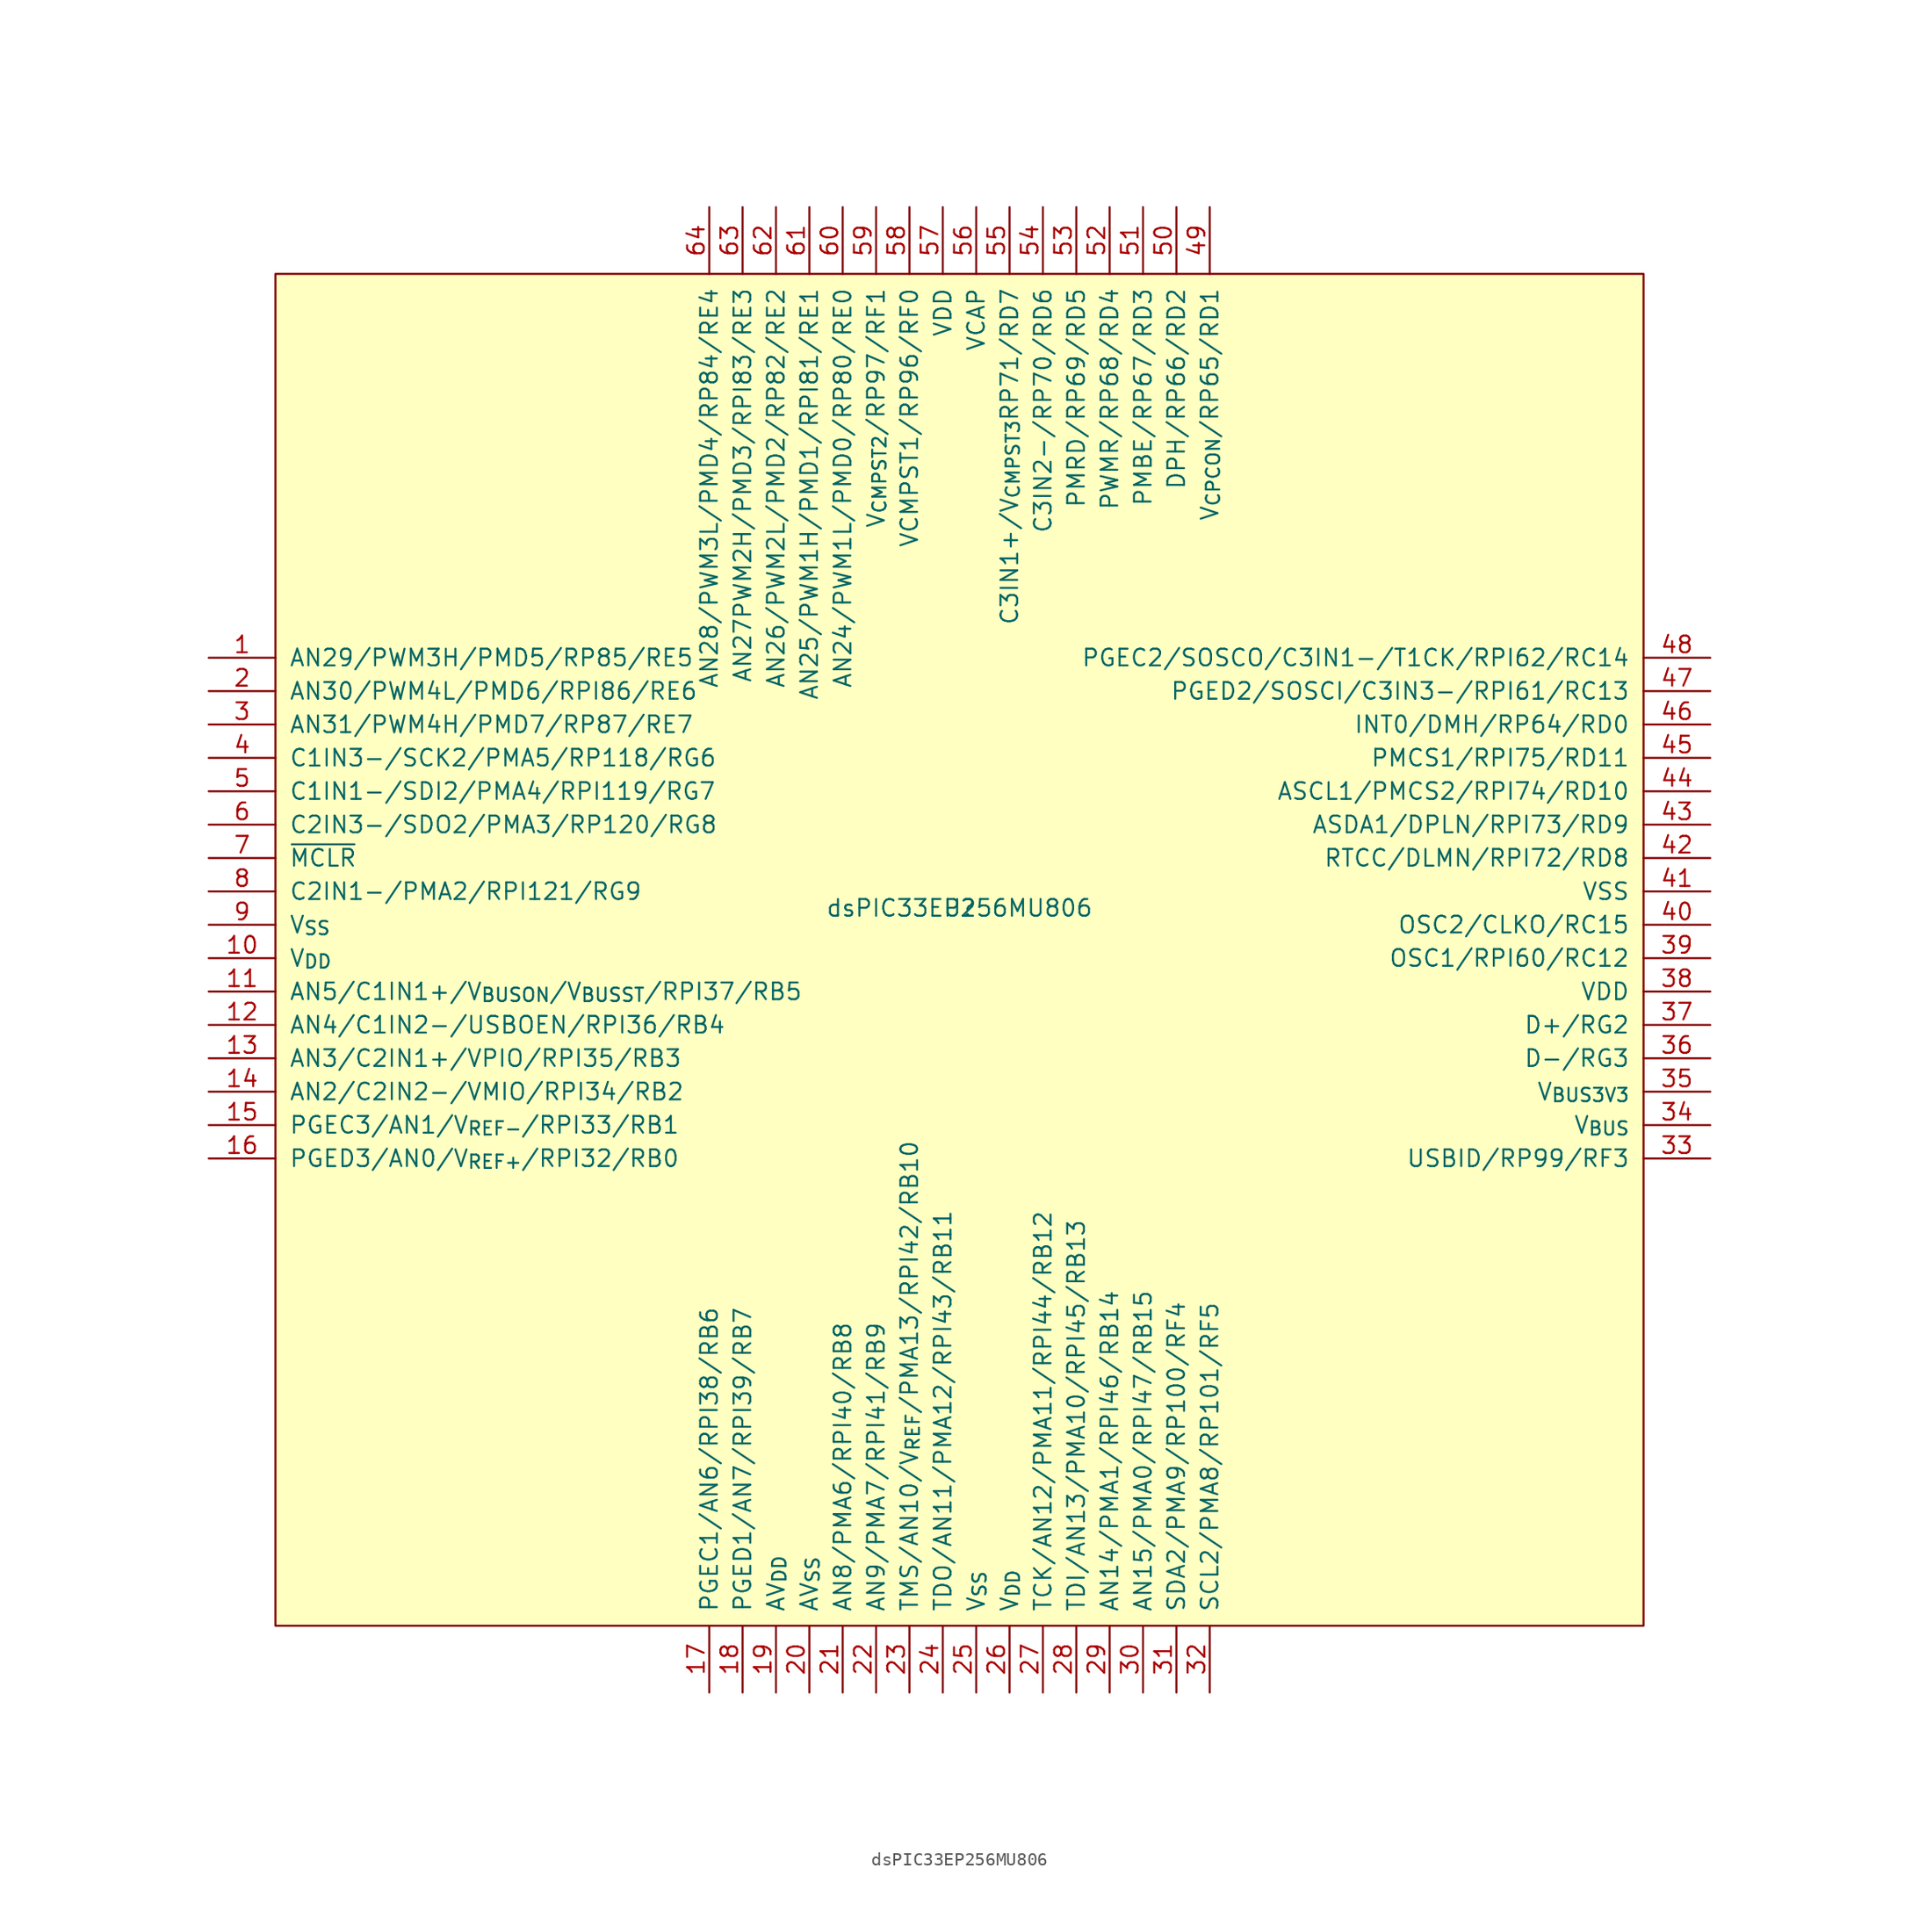
<source format=kicad_sym>
(kicad_symbol_lib
  (version 20211014)
  (generator kicad_symbol_editor)
  (symbol "dsPIC33EP256MU806"
    (pin_names
      (offset 1.016))
    (property "Reference" "U"
      (at 0 0 0)
      (effects (font (size 1.27 1.27))))
    (property "Value" "dsPIC33EP256MU806"
      (at 0 0 0)
      (effects (font (size 1.27 1.27))))
    (symbol "dsPIC33EP256MU806_0_1"
      (rectangle (start -52.07 48.26) (end 52.07 -54.61) (stroke (width 0) (type default) (color 0 0 0 0)) (fill (type background))))
    (symbol "dsPIC33EP256MU806_1_1"
      (pin bidirectional line (at -57.15 19.05 0) (length 5.08) (name "AN29/PWM3H/PMD5/RP85/RE5" (effects (font (size 1.27 1.27)))) (number "1" (effects (font (size 1.27 1.27)))))
      (pin power_in line (at -57.15 -3.81 0) (length 5.08) (name "V_{DD}" (effects (font (size 1.27 1.27)))) (number "10" (effects (font (size 1.27 1.27)))))
      (pin bidirectional line (at -57.15 -6.35 0) (length 5.08) (name "AN5/C1IN1+/V_{BUSON}/V_{BUSST}/RPI37/RB5" (effects (font (size 1.27 1.27)))) (number "11" (effects (font (size 1.27 1.27)))))
      (pin bidirectional line (at -57.15 -8.89 0) (length 5.08) (name "AN4/C1IN2-/USBOEN/RPI36/RB4" (effects (font (size 1.27 1.27)))) (number "12" (effects (font (size 1.27 1.27)))))
      (pin bidirectional line (at -57.15 -11.43 0) (length 5.08) (name "AN3/C2IN1+/VPIO/RPI35/RB3" (effects (font (size 1.27 1.27)))) (number "13" (effects (font (size 1.27 1.27)))))
      (pin bidirectional line (at -57.15 -13.97 0) (length 5.08) (name "AN2/C2IN2-/VMIO/RPI34/RB2" (effects (font (size 1.27 1.27)))) (number "14" (effects (font (size 1.27 1.27)))))
      (pin bidirectional line (at -57.15 -16.51 0) (length 5.08) (name "PGEC3/AN1/V_{REF-}/RPI33/RB1" (effects (font (size 1.27 1.27)))) (number "15" (effects (font (size 1.27 1.27)))))
      (pin bidirectional line (at -57.15 -19.05 0) (length 5.08) (name "PGED3/AN0/V_{REF+}/RPI32/RB0" (effects (font (size 1.27 1.27)))) (number "16" (effects (font (size 1.27 1.27)))))
      (pin bidirectional line (at -19.05 -59.69 90) (length 5.08) (name "PGEC1/AN6/RPI38/RB6" (effects (font (size 1.27 1.27)))) (number "17" (effects (font (size 1.27 1.27)))))
      (pin bidirectional line (at -16.51 -59.69 90) (length 5.08) (name "PGED1/AN7/RPI39/RB7" (effects (font (size 1.27 1.27)))) (number "18" (effects (font (size 1.27 1.27)))))
      (pin power_in line (at -13.97 -59.69 90) (length 5.08) (name "AV_{DD}" (effects (font (size 1.27 1.27)))) (number "19" (effects (font (size 1.27 1.27)))))
      (pin bidirectional line (at -57.15 16.51 0) (length 5.08) (name "AN30/PWM4L/PMD6/RPI86/RE6" (effects (font (size 1.27 1.27)))) (number "2" (effects (font (size 1.27 1.27)))))
      (pin power_in line (at -11.43 -59.69 90) (length 5.08) (name "AV_{SS}" (effects (font (size 1.27 1.27)))) (number "20" (effects (font (size 1.27 1.27)))))
      (pin bidirectional line (at -8.89 -59.69 90) (length 5.08) (name "AN8/PMA6/RPI40/RB8" (effects (font (size 1.27 1.27)))) (number "21" (effects (font (size 1.27 1.27)))))
      (pin bidirectional line (at -6.35 -59.69 90) (length 5.08) (name "AN9/PMA7/RPI41/RB9" (effects (font (size 1.27 1.27)))) (number "22" (effects (font (size 1.27 1.27)))))
      (pin bidirectional line (at -3.81 -59.69 90) (length 5.08) (name "TMS/AN10/V_{REF}/PMA13/RPI42/RB10" (effects (font (size 1.27 1.27)))) (number "23" (effects (font (size 1.27 1.27)))))
      (pin bidirectional line (at -1.27 -59.69 90) (length 5.08) (name "TDO/AN11/PMA12/RPI43/RB11" (effects (font (size 1.27 1.27)))) (number "24" (effects (font (size 1.27 1.27)))))
      (pin power_in line (at 1.27 -59.69 90) (length 5.08) (name "V_{SS}" (effects (font (size 1.27 1.27)))) (number "25" (effects (font (size 1.27 1.27)))))
      (pin power_in line (at 3.81 -59.69 90) (length 5.08) (name "V_{DD}" (effects (font (size 1.27 1.27)))) (number "26" (effects (font (size 1.27 1.27)))))
      (pin bidirectional line (at 6.35 -59.69 90) (length 5.08) (name "TCK/AN12/PMA11/RPI44/RB12" (effects (font (size 1.27 1.27)))) (number "27" (effects (font (size 1.27 1.27)))))
      (pin bidirectional line (at 8.89 -59.69 90) (length 5.08) (name "TDI/AN13/PMA10/RPI45/RB13" (effects (font (size 1.27 1.27)))) (number "28" (effects (font (size 1.27 1.27)))))
      (pin bidirectional line (at 11.43 -59.69 90) (length 5.08) (name "AN14/PMA1/RPI46/RB14" (effects (font (size 1.27 1.27)))) (number "29" (effects (font (size 1.27 1.27)))))
      (pin bidirectional line (at -57.15 13.97 0) (length 5.08) (name "AN31/PWM4H/PMD7/RP87/RE7" (effects (font (size 1.27 1.27)))) (number "3" (effects (font (size 1.27 1.27)))))
      (pin bidirectional line (at 13.97 -59.69 90) (length 5.08) (name "AN15/PMA0/RPI47/RB15" (effects (font (size 1.27 1.27)))) (number "30" (effects (font (size 1.27 1.27)))))
      (pin bidirectional line (at 16.51 -59.69 90) (length 5.08) (name "SDA2/PMA9/RP100/RF4" (effects (font (size 1.27 1.27)))) (number "31" (effects (font (size 1.27 1.27)))))
      (pin bidirectional line (at 19.05 -59.69 90) (length 5.08) (name "SCL2/PMA8/RP101/RF5" (effects (font (size 1.27 1.27)))) (number "32" (effects (font (size 1.27 1.27)))))
      (pin bidirectional line (at 57.15 -19.05 180) (length 5.08) (name "USBID/RP99/RF3" (effects (font (size 1.27 1.27)))) (number "33" (effects (font (size 1.27 1.27)))))
      (pin power_in line (at 57.15 -16.51 180) (length 5.08) (name "V_{BUS}" (effects (font (size 1.27 1.27)))) (number "34" (effects (font (size 1.27 1.27)))))
      (pin power_in line (at 57.15 -13.97 180) (length 5.08) (name "V_{BUS3V3}" (effects (font (size 1.27 1.27)))) (number "35" (effects (font (size 1.27 1.27)))))
      (pin bidirectional line (at 57.15 -11.43 180) (length 5.08) (name "D-/RG3" (effects (font (size 1.27 1.27)))) (number "36" (effects (font (size 1.27 1.27)))))
      (pin bidirectional line (at 57.15 -8.89 180) (length 5.08) (name "D+/RG2" (effects (font (size 1.27 1.27)))) (number "37" (effects (font (size 1.27 1.27)))))
      (pin power_in line (at 57.15 -6.35 180) (length 5.08) (name "VDD" (effects (font (size 1.27 1.27)))) (number "38" (effects (font (size 1.27 1.27)))))
      (pin bidirectional line (at 57.15 -3.81 180) (length 5.08) (name "OSC1/RPI60/RC12" (effects (font (size 1.27 1.27)))) (number "39" (effects (font (size 1.27 1.27)))))
      (pin bidirectional line (at -57.15 11.43 0) (length 5.08) (name "C1IN3-/SCK2/PMA5/RP118/RG6" (effects (font (size 1.27 1.27)))) (number "4" (effects (font (size 1.27 1.27)))))
      (pin bidirectional line (at 57.15 -1.27 180) (length 5.08) (name "OSC2/CLKO/RC15" (effects (font (size 1.27 1.27)))) (number "40" (effects (font (size 1.27 1.27)))))
      (pin power_in line (at 57.15 1.27 180) (length 5.08) (name "VSS" (effects (font (size 1.27 1.27)))) (number "41" (effects (font (size 1.27 1.27)))))
      (pin bidirectional line (at 57.15 3.81 180) (length 5.08) (name "RTCC/DLMN/RPI72/RD8" (effects (font (size 1.27 1.27)))) (number "42" (effects (font (size 1.27 1.27)))))
      (pin bidirectional line (at 57.15 6.35 180) (length 5.08) (name "ASDA1/DPLN/RPI73/RD9" (effects (font (size 1.27 1.27)))) (number "43" (effects (font (size 1.27 1.27)))))
      (pin bidirectional line (at 57.15 8.89 180) (length 5.08) (name "ASCL1/PMCS2/RPI74/RD10" (effects (font (size 1.27 1.27)))) (number "44" (effects (font (size 1.27 1.27)))))
      (pin bidirectional line (at 57.15 11.43 180) (length 5.08) (name "PMCS1/RPI75/RD11" (effects (font (size 1.27 1.27)))) (number "45" (effects (font (size 1.27 1.27)))))
      (pin bidirectional line (at 57.15 13.97 180) (length 5.08) (name "INT0/DMH/RP64/RD0" (effects (font (size 1.27 1.27)))) (number "46" (effects (font (size 1.27 1.27)))))
      (pin bidirectional line (at 57.15 16.51 180) (length 5.08) (name "PGED2/SOSCI/C3IN3-/RPI61/RC13" (effects (font (size 1.27 1.27)))) (number "47" (effects (font (size 1.27 1.27)))))
      (pin bidirectional line (at 57.15 19.05 180) (length 5.08) (name "PGEC2/SOSCO/C3IN1-/T1CK/RPI62/RC14" (effects (font (size 1.27 1.27)))) (number "48" (effects (font (size 1.27 1.27)))))
      (pin bidirectional line (at 19.05 53.34 270) (length 5.08) (name "V_{CPCON}/RP65/RD1" (effects (font (size 1.27 1.27)))) (number "49" (effects (font (size 1.27 1.27)))))
      (pin bidirectional line (at -57.15 8.89 0) (length 5.08) (name "C1IN1-/SDI2/PMA4/RPI119/RG7" (effects (font (size 1.27 1.27)))) (number "5" (effects (font (size 1.27 1.27)))))
      (pin bidirectional line (at 16.51 53.34 270) (length 5.08) (name "DPH/RP66/RD2" (effects (font (size 1.27 1.27)))) (number "50" (effects (font (size 1.27 1.27)))))
      (pin bidirectional line (at 13.97 53.34 270) (length 5.08) (name "PMBE/RP67/RD3" (effects (font (size 1.27 1.27)))) (number "51" (effects (font (size 1.27 1.27)))))
      (pin bidirectional line (at 11.43 53.34 270) (length 5.08) (name "PWMR/RP68/RD4" (effects (font (size 1.27 1.27)))) (number "52" (effects (font (size 1.27 1.27)))))
      (pin bidirectional line (at 8.89 53.34 270) (length 5.08) (name "PMRD/RP69/RD5" (effects (font (size 1.27 1.27)))) (number "53" (effects (font (size 1.27 1.27)))))
      (pin bidirectional line (at 6.35 53.34 270) (length 5.08) (name "C3IN2-/RP70/RD6" (effects (font (size 1.27 1.27)))) (number "54" (effects (font (size 1.27 1.27)))))
      (pin bidirectional line (at 3.81 53.34 270) (length 5.08) (name "C3IN1+/V_{CMPST3}RP71/RD7" (effects (font (size 1.27 1.27)))) (number "55" (effects (font (size 1.27 1.27)))))
      (pin power_out line (at 1.27 53.34 270) (length 5.08) (name "VCAP" (effects (font (size 1.27 1.27)))) (number "56" (effects (font (size 1.27 1.27)))))
      (pin power_in line (at -1.27 53.34 270) (length 5.08) (name "VDD" (effects (font (size 1.27 1.27)))) (number "57" (effects (font (size 1.27 1.27)))))
      (pin bidirectional line (at -3.81 53.34 270) (length 5.08) (name "VCMPST1/RP96/RF0" (effects (font (size 1.27 1.27)))) (number "58" (effects (font (size 1.27 1.27)))))
      (pin bidirectional line (at -6.35 53.34 270) (length 5.08) (name "V_{CMPST2}/RP97/RF1" (effects (font (size 1.27 1.27)))) (number "59" (effects (font (size 1.27 1.27)))))
      (pin bidirectional line (at -57.15 6.35 0) (length 5.08) (name "C2IN3-/SDO2/PMA3/RP120/RG8" (effects (font (size 1.27 1.27)))) (number "6" (effects (font (size 1.27 1.27)))))
      (pin bidirectional line (at -8.89 53.34 270) (length 5.08) (name "AN24/PWM1L/PMD0/RP80/RE0" (effects (font (size 1.27 1.27)))) (number "60" (effects (font (size 1.27 1.27)))))
      (pin bidirectional line (at -11.43 53.34 270) (length 5.08) (name "AN25/PWM1H/PMD1/RPI81/RE1" (effects (font (size 1.27 1.27)))) (number "61" (effects (font (size 1.27 1.27)))))
      (pin bidirectional line (at -13.97 53.34 270) (length 5.08) (name "AN26/PWM2L/PMD2/RP82/RE2" (effects (font (size 1.27 1.27)))) (number "62" (effects (font (size 1.27 1.27)))))
      (pin bidirectional line (at -16.51 53.34 270) (length 5.08) (name "AN27PWM2H/PMD3/RPI83/RE3" (effects (font (size 1.27 1.27)))) (number "63" (effects (font (size 1.27 1.27)))))
      (pin bidirectional line (at -19.05 53.34 270) (length 5.08) (name "AN28/PWM3L/PMD4/RP84/RE4" (effects (font (size 1.27 1.27)))) (number "64" (effects (font (size 1.27 1.27)))))
      (pin input line (at -57.15 3.81 0) (length 5.08) (name "~{MCLR}" (effects (font (size 1.27 1.27)))) (number "7" (effects (font (size 1.27 1.27)))))
      (pin bidirectional line (at -57.15 1.27 0) (length 5.08) (name "C2IN1-/PMA2/RPI121/RG9" (effects (font (size 1.27 1.27)))) (number "8" (effects (font (size 1.27 1.27)))))
      (pin power_in line (at -57.15 -1.27 0) (length 5.08) (name "V_{SS}" (effects (font (size 1.27 1.27)))) (number "9" (effects (font (size 1.27 1.27))))))))
</source>
